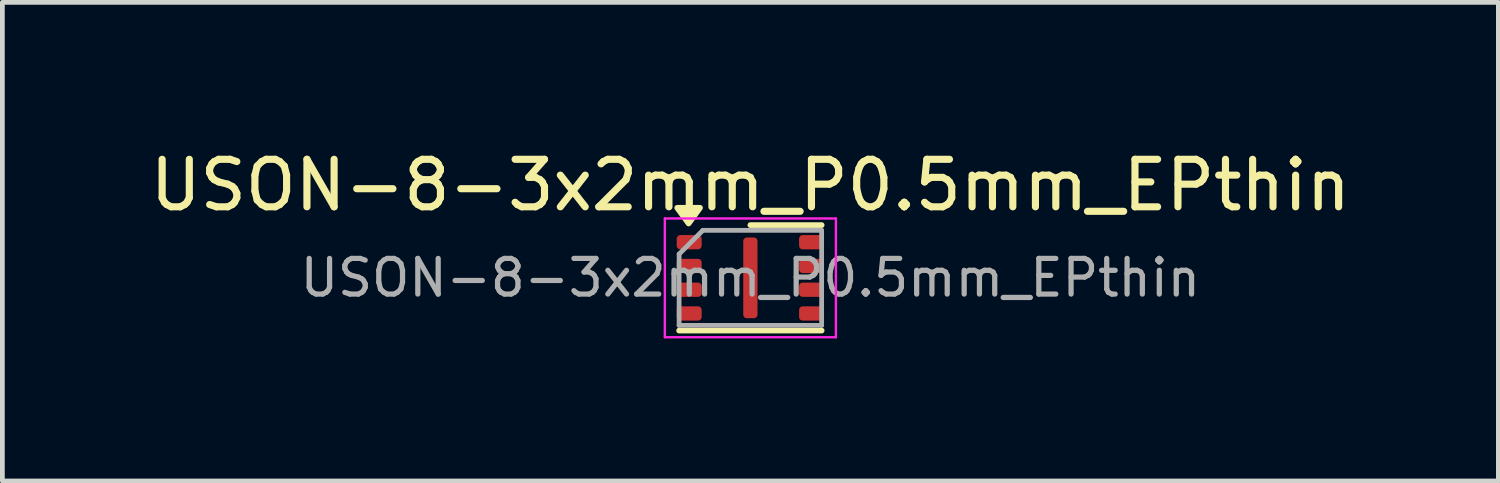
<source format=kicad_pcb>
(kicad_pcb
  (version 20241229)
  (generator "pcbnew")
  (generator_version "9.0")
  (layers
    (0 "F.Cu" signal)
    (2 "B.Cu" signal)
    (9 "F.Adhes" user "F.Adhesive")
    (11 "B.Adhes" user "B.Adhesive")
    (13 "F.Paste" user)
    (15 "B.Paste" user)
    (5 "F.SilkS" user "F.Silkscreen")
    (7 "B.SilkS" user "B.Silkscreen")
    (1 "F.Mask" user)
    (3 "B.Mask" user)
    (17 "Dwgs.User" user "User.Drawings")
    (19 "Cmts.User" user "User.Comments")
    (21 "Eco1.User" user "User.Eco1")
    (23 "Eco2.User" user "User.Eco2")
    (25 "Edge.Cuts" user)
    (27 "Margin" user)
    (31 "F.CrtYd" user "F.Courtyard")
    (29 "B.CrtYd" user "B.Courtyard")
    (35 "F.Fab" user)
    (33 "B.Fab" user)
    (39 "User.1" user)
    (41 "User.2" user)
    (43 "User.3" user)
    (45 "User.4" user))
  (footprint "USON-8-3x2mm_P0.5mm_EPthin"
    (layer "F.Cu")
    (at 12.744 2.798)
    (property "Reference" "USON-8-3x2mm_P0.5mm_EPthin" (at 0 -1.95 0) (layer "F.SilkS") (effects (font (size 1 1) (thickness 0.15))))
    (attr smd)
    (fp_line (start -1.5 1.11) (end 1.5 1.11) (stroke (width 0.12) (type solid)) (layer "F.SilkS"))
    (fp_line (start 0 -1.11) (end 1.5 -1.11) (stroke (width 0.12) (type solid)) (layer "F.SilkS"))
    (fp_poly (pts (xy -1.3 -1.144) (xy -1.54 -1.474) (xy -1.06 -1.474) (xy -1.3 -1.144)) (stroke (width 0.12) (type solid)) (fill yes) (layer "F.SilkS"))
    (fp_line (start -1.8 -1.25) (end -1.8 1.25) (stroke (width 0.05) (type solid)) (layer "F.CrtYd"))
    (fp_line (start -1.8 1.25) (end 1.8 1.25) (stroke (width 0.05) (type solid)) (layer "F.CrtYd"))
    (fp_line (start 1.8 -1.25) (end -1.8 -1.25) (stroke (width 0.05) (type solid)) (layer "F.CrtYd"))
    (fp_line (start 1.8 1.25) (end 1.8 -1.25) (stroke (width 0.05) (type solid)) (layer "F.CrtYd"))
    (fp_line (start -1.5 -0.5) (end -1 -1) (stroke (width 0.1) (type solid)) (layer "F.Fab"))
    (fp_line (start -1.5 1) (end -1.5 -0.5) (stroke (width 0.1) (type solid)) (layer "F.Fab"))
    (fp_line (start -1 -1) (end 1.5 -1) (stroke (width 0.1) (type solid)) (layer "F.Fab"))
    (fp_line (start 1.5 -1) (end 1.5 1) (stroke (width 0.1) (type solid)) (layer "F.Fab"))
    (fp_line (start 1.5 1) (end -1.5 1) (stroke (width 0.1) (type solid)) (layer "F.Fab"))
    (fp_text user "${REFERENCE}" (at 0 0 0) (layer "F.Fab") (effects (font (size 0.75 0.75) (thickness 0.11))))
    (pad "" smd roundrect (at 0 -0.35) (size 0.25 0.5) (layers "F.Paste") (roundrect_rratio 0.25))
    (pad "" smd roundrect (at 0 0.35) (size 0.25 0.5) (layers "F.Paste") (roundrect_rratio 0.25))
    (pad "1" smd roundrect (at -1.288 -0.75) (size 0.525 0.3) (layers "F.Cu" "F.Mask" "F.Paste") (roundrect_rratio 0.25))
    (pad "2" smd roundrect (at -1.288 -0.25) (size 0.525 0.3) (layers "F.Cu" "F.Mask" "F.Paste") (roundrect_rratio 0.25))
    (pad "3" smd roundrect (at -1.288 0.25) (size 0.525 0.3) (layers "F.Cu" "F.Mask" "F.Paste") (roundrect_rratio 0.25))
    (pad "4" smd roundrect (at -1.288 0.75) (size 0.525 0.3) (layers "F.Cu" "F.Mask" "F.Paste") (roundrect_rratio 0.25))
    (pad "5" smd roundrect (at 1.288 0.75) (size 0.525 0.3) (layers "F.Cu" "F.Mask" "F.Paste") (roundrect_rratio 0.25))
    (pad "6" smd roundrect (at 1.288 0.25) (size 0.525 0.3) (layers "F.Cu" "F.Mask" "F.Paste") (roundrect_rratio 0.25))
    (pad "7" smd roundrect (at 1.288 -0.25) (size 0.525 0.3) (layers "F.Cu" "F.Mask" "F.Paste") (roundrect_rratio 0.25))
    (pad "8" smd roundrect (at 1.288 -0.75) (size 0.525 0.3) (layers "F.Cu" "F.Mask" "F.Paste") (roundrect_rratio 0.25))
    (pad "9" smd roundrect (at 0 0) (size 0.3 1.7) (layers "F.Cu" "F.Mask") (roundrect_rratio 0.25)))
  (gr_rect
    (start -3 -3)
    (end 28.488 7.073)
    (stroke (width 0.1) (type default))
    (fill no)
    (layer "Edge.Cuts")))
</source>
